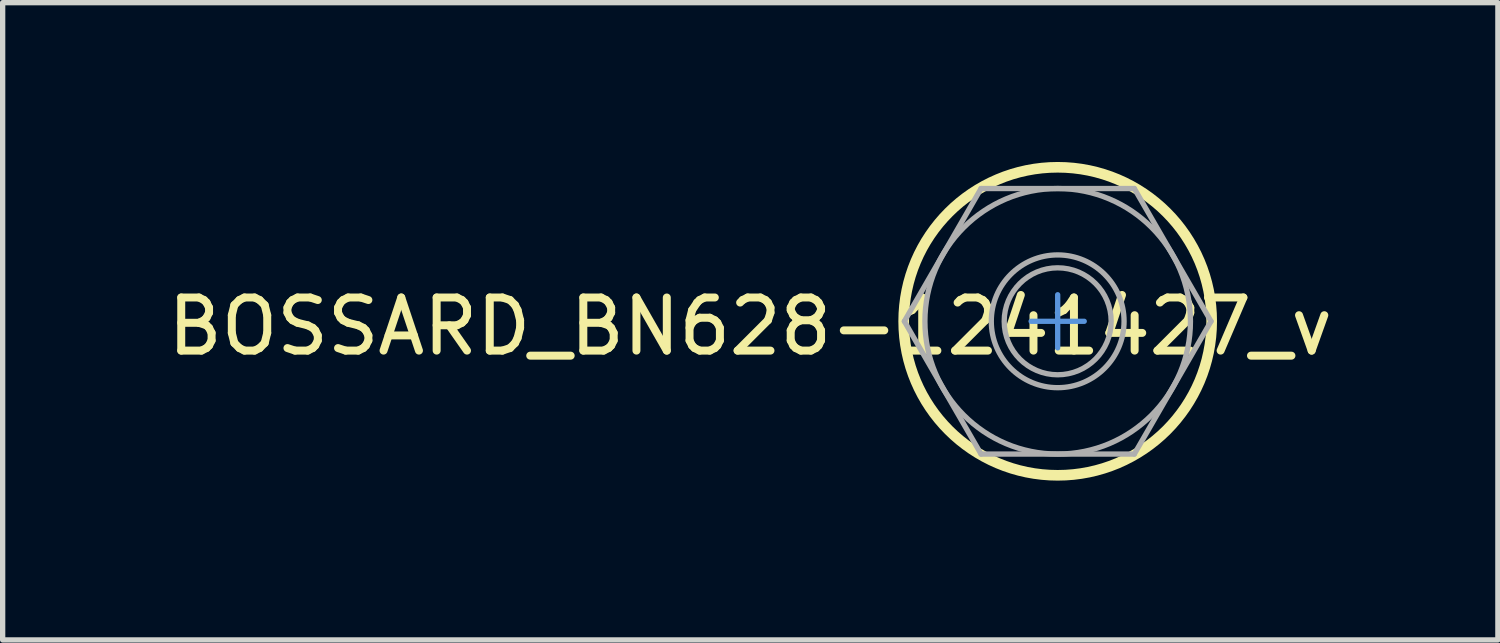
<source format=kicad_pcb>
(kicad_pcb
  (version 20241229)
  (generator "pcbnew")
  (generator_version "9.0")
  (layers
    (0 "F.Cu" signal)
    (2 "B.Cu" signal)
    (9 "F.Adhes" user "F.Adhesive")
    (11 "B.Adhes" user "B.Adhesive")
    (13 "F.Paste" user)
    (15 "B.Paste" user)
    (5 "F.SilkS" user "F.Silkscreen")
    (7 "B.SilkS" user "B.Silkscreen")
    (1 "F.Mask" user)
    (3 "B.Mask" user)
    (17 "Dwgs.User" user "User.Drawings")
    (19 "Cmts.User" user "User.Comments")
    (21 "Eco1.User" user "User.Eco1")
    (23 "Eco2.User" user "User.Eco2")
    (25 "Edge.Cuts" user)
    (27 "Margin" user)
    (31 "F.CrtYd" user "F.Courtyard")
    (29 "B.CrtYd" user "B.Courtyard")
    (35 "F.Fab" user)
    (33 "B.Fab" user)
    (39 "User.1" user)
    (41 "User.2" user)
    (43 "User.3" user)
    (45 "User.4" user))
  (footprint "BOSSARD_BN628-1241427_v"
    (layer "F.Cu")
    (at 16.866 3)
    (property "Reference" "BOSSARD_BN628-1241427_v" (at -5.789 0.097 0) (layer "F.SilkS") (effects (font (size 1 1) (thickness 0.15))))
    (attr through_hole)
    (fp_circle (center 0 0) (end 2.9 0) (stroke (width 0.2) (type solid)) (fill no) (layer "F.SilkS"))
    (fp_line (start -0.5 0) (end 0 0) (stroke (width 0.1) (type solid)) (layer "Cmts.User"))
    (fp_line (start 0 0) (end 0 -0.5) (stroke (width 0.1) (type solid)) (layer "Cmts.User"))
    (fp_line (start 0 0) (end 0.5 0) (stroke (width 0.1) (type solid)) (layer "Cmts.User"))
    (fp_line (start 0 0.5) (end 0 0) (stroke (width 0.1) (type solid)) (layer "Cmts.User"))
    (fp_line (start -2.887 0) (end -1.443 -2.5) (stroke (width 0.1) (type solid)) (layer "F.Fab"))
    (fp_line (start -2.887 0) (end -1.443 2.5) (stroke (width 0.1) (type solid)) (layer "F.Fab"))
    (fp_line (start -1.443 -2.5) (end 1.443 -2.5) (stroke (width 0.1) (type solid)) (layer "F.Fab"))
    (fp_line (start -1.443 2.5) (end 1.443 2.5) (stroke (width 0.1) (type solid)) (layer "F.Fab"))
    (fp_line (start 1.443 -2.5) (end 2.887 0) (stroke (width 0.1) (type solid)) (layer "F.Fab"))
    (fp_line (start 1.443 2.5) (end 2.887 0) (stroke (width 0.1) (type solid)) (layer "F.Fab"))
    (fp_circle (center 0 0) (end 1.007 0) (stroke (width 0.1) (type solid)) (fill no) (layer "F.Fab"))
    (fp_circle (center 0 0) (end 1.25 0) (stroke (width 0.1) (type solid)) (fill no) (layer "F.Fab"))
    (fp_circle (center 0 0) (end 2.5 0) (stroke (width 0.1) (type solid)) (fill no) (layer "F.Fab")))
  (gr_rect
    (start -3 -3)
    (end 25.155 9)
    (stroke (width 0.1) (type default))
    (fill no)
    (layer "Edge.Cuts")))
</source>
